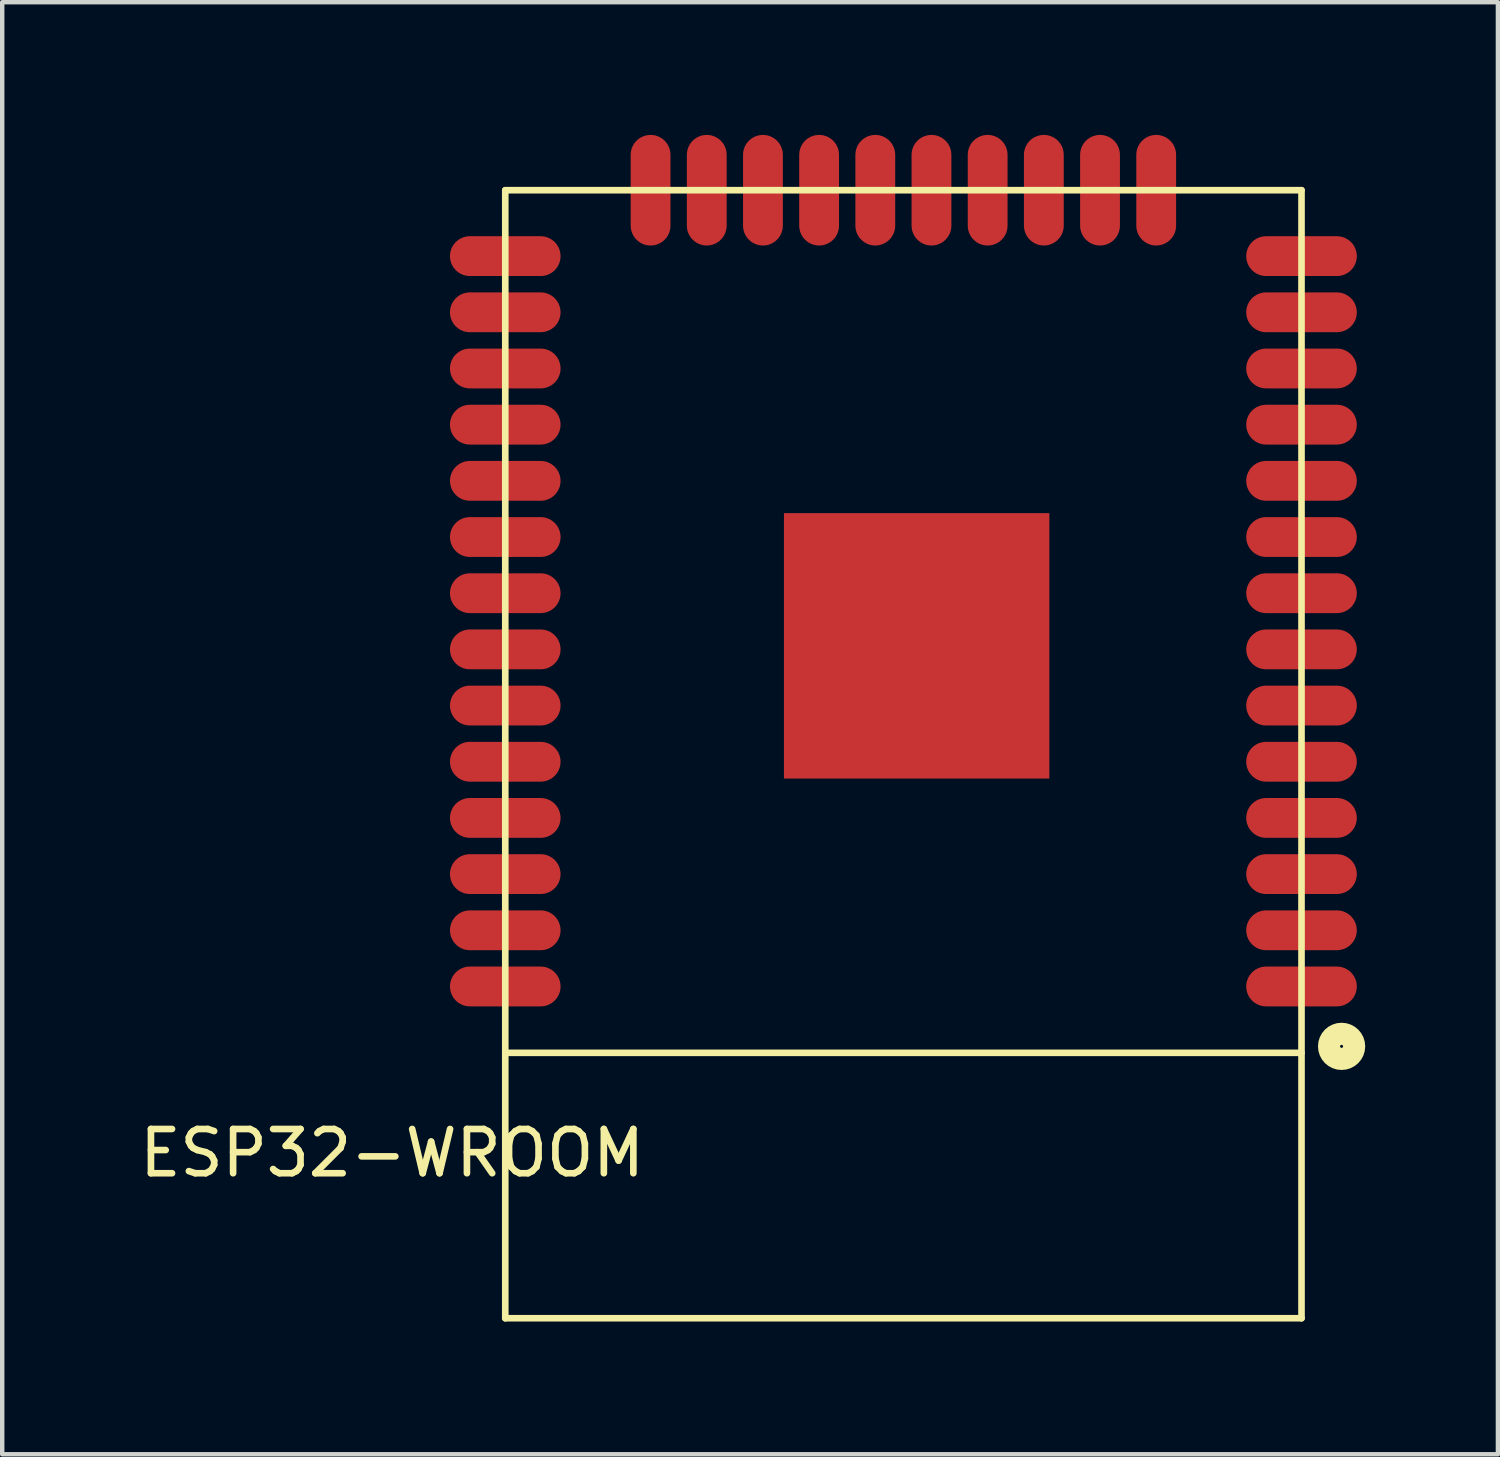
<source format=kicad_pcb>
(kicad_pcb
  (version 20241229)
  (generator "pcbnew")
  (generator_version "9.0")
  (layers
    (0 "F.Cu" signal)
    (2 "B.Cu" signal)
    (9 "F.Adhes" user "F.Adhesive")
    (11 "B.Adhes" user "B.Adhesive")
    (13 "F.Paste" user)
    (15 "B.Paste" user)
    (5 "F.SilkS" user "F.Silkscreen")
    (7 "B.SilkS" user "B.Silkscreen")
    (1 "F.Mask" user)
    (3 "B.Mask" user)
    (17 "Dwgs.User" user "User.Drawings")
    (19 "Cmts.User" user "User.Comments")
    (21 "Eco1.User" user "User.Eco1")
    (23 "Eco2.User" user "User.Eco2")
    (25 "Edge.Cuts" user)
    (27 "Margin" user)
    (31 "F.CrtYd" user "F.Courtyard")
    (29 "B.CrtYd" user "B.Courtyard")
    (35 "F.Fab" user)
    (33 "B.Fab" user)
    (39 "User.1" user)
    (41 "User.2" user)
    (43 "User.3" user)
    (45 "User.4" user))
  (footprint "ESP32-WROOM"
    (layer "F.Cu")
    (at 17.372 14)
    (property "Reference" "ESP32-WROOM" (at -11.557 9.017 0) (layer "F.SilkS") (effects (font (size 1 1) (thickness 0.15))))
    (attr through_hole)
    (fp_line (start -9 -12.75) (end 9 -12.75) (stroke (width 0.15) (type solid)) (layer "F.SilkS"))
    (fp_line (start -9 6.75) (end 9 6.75) (stroke (width 0.15) (type solid)) (layer "F.SilkS"))
    (fp_line (start -9 12.75) (end -9 -12.75) (stroke (width 0.15) (type solid)) (layer "F.SilkS"))
    (fp_line (start -9 12.75) (end 9 12.75) (stroke (width 0.15) (type solid)) (layer "F.SilkS"))
    (fp_line (start 9 12.75) (end 9 -12.75) (stroke (width 0.15) (type solid)) (layer "F.SilkS"))
    (fp_circle (center 9.906 6.604) (end 10.033 6.858) (stroke (width 0.5) (type solid)) (fill no) (layer "F.SilkS"))
    (pad "1" smd oval (at 9 5.25) (size 2.5 0.9) (layers "F.Cu" "F.Mask" "F.Paste"))
    (pad "2" smd oval (at 9 3.98) (size 2.5 0.9) (layers "F.Cu" "F.Mask" "F.Paste"))
    (pad "3" smd oval (at 9 2.71) (size 2.5 0.9) (layers "F.Cu" "F.Mask" "F.Paste"))
    (pad "4" smd oval (at 9 1.44) (size 2.5 0.9) (layers "F.Cu" "F.Mask" "F.Paste"))
    (pad "5" smd oval (at 9 0.17) (size 2.5 0.9) (layers "F.Cu" "F.Mask" "F.Paste"))
    (pad "6" smd oval (at 9 -1.1) (size 2.5 0.9) (layers "F.Cu" "F.Mask" "F.Paste"))
    (pad "7" smd oval (at 9 -2.37) (size 2.5 0.9) (layers "F.Cu" "F.Mask" "F.Paste"))
    (pad "8" smd oval (at 9 -3.64) (size 2.5 0.9) (layers "F.Cu" "F.Mask" "F.Paste"))
    (pad "9" smd oval (at 9 -4.91) (size 2.5 0.9) (layers "F.Cu" "F.Mask" "F.Paste"))
    (pad "10" smd oval (at 9 -6.18) (size 2.5 0.9) (layers "F.Cu" "F.Mask" "F.Paste"))
    (pad "11" smd oval (at 9 -7.45) (size 2.5 0.9) (layers "F.Cu" "F.Mask" "F.Paste"))
    (pad "12" smd oval (at 9 -8.72) (size 2.5 0.9) (layers "F.Cu" "F.Mask" "F.Paste"))
    (pad "13" smd oval (at 9 -9.99) (size 2.5 0.9) (layers "F.Cu" "F.Mask" "F.Paste"))
    (pad "14" smd oval (at 9 -11.26) (size 2.5 0.9) (layers "F.Cu" "F.Mask" "F.Paste"))
    (pad "15" smd oval (at 5.715 -12.75) (size 0.9 2.5) (layers "F.Cu" "F.Mask" "F.Paste"))
    (pad "16" smd oval (at 4.445 -12.75) (size 0.9 2.5) (layers "F.Cu" "F.Mask" "F.Paste"))
    (pad "17" smd oval (at 3.175 -12.75) (size 0.9 2.5) (layers "F.Cu" "F.Mask" "F.Paste"))
    (pad "18" smd oval (at 1.905 -12.75) (size 0.9 2.5) (layers "F.Cu" "F.Mask" "F.Paste"))
    (pad "19" smd oval (at 0.635 -12.75) (size 0.9 2.5) (layers "F.Cu" "F.Mask" "F.Paste"))
    (pad "20" smd oval (at -0.635 -12.75) (size 0.9 2.5) (layers "F.Cu" "F.Mask" "F.Paste"))
    (pad "21" smd oval (at -1.905 -12.75) (size 0.9 2.5) (layers "F.Cu" "F.Mask" "F.Paste"))
    (pad "22" smd oval (at -3.175 -12.75) (size 0.9 2.5) (layers "F.Cu" "F.Mask" "F.Paste"))
    (pad "23" smd oval (at -4.445 -12.75) (size 0.9 2.5) (layers "F.Cu" "F.Mask" "F.Paste"))
    (pad "24" smd oval (at -5.715 -12.75) (size 0.9 2.5) (layers "F.Cu" "F.Mask" "F.Paste"))
    (pad "25" smd oval (at -9 -11.26) (size 2.5 0.9) (layers "F.Cu" "F.Mask" "F.Paste"))
    (pad "26" smd oval (at -9 -9.99) (size 2.5 0.9) (layers "F.Cu" "F.Mask" "F.Paste"))
    (pad "27" smd oval (at -9 -8.72) (size 2.5 0.9) (layers "F.Cu" "F.Mask" "F.Paste"))
    (pad "28" smd oval (at -9 -7.45) (size 2.5 0.9) (layers "F.Cu" "F.Mask" "F.Paste"))
    (pad "29" smd oval (at -9 -6.18) (size 2.5 0.9) (layers "F.Cu" "F.Mask" "F.Paste"))
    (pad "30" smd oval (at -9 -4.91) (size 2.5 0.9) (layers "F.Cu" "F.Mask" "F.Paste"))
    (pad "31" smd oval (at -9 -3.64) (size 2.5 0.9) (layers "F.Cu" "F.Mask" "F.Paste"))
    (pad "32" smd oval (at -9 -2.37) (size 2.5 0.9) (layers "F.Cu" "F.Mask" "F.Paste"))
    (pad "33" smd oval (at -9 -1.1) (size 2.5 0.9) (layers "F.Cu" "F.Mask" "F.Paste"))
    (pad "34" smd oval (at -9 0.17) (size 2.5 0.9) (layers "F.Cu" "F.Mask" "F.Paste"))
    (pad "35" smd oval (at -9 1.44) (size 2.5 0.9) (layers "F.Cu" "F.Mask" "F.Paste"))
    (pad "36" smd oval (at -9 2.71) (size 2.5 0.9) (layers "F.Cu" "F.Mask" "F.Paste"))
    (pad "37" smd oval (at -9 3.98) (size 2.5 0.9) (layers "F.Cu" "F.Mask" "F.Paste"))
    (pad "38" smd oval (at -9 5.25) (size 2.5 0.9) (layers "F.Cu" "F.Mask" "F.Paste"))
    (pad "39" smd rect (at 0.3 -2.45) (size 6 6) (layers "F.Cu" "F.Mask" "F.Paste")))
  (gr_rect
    (start -3 -3)
    (end 30.812 29.825)
    (stroke (width 0.1) (type default))
    (fill no)
    (layer "Edge.Cuts")))
</source>
